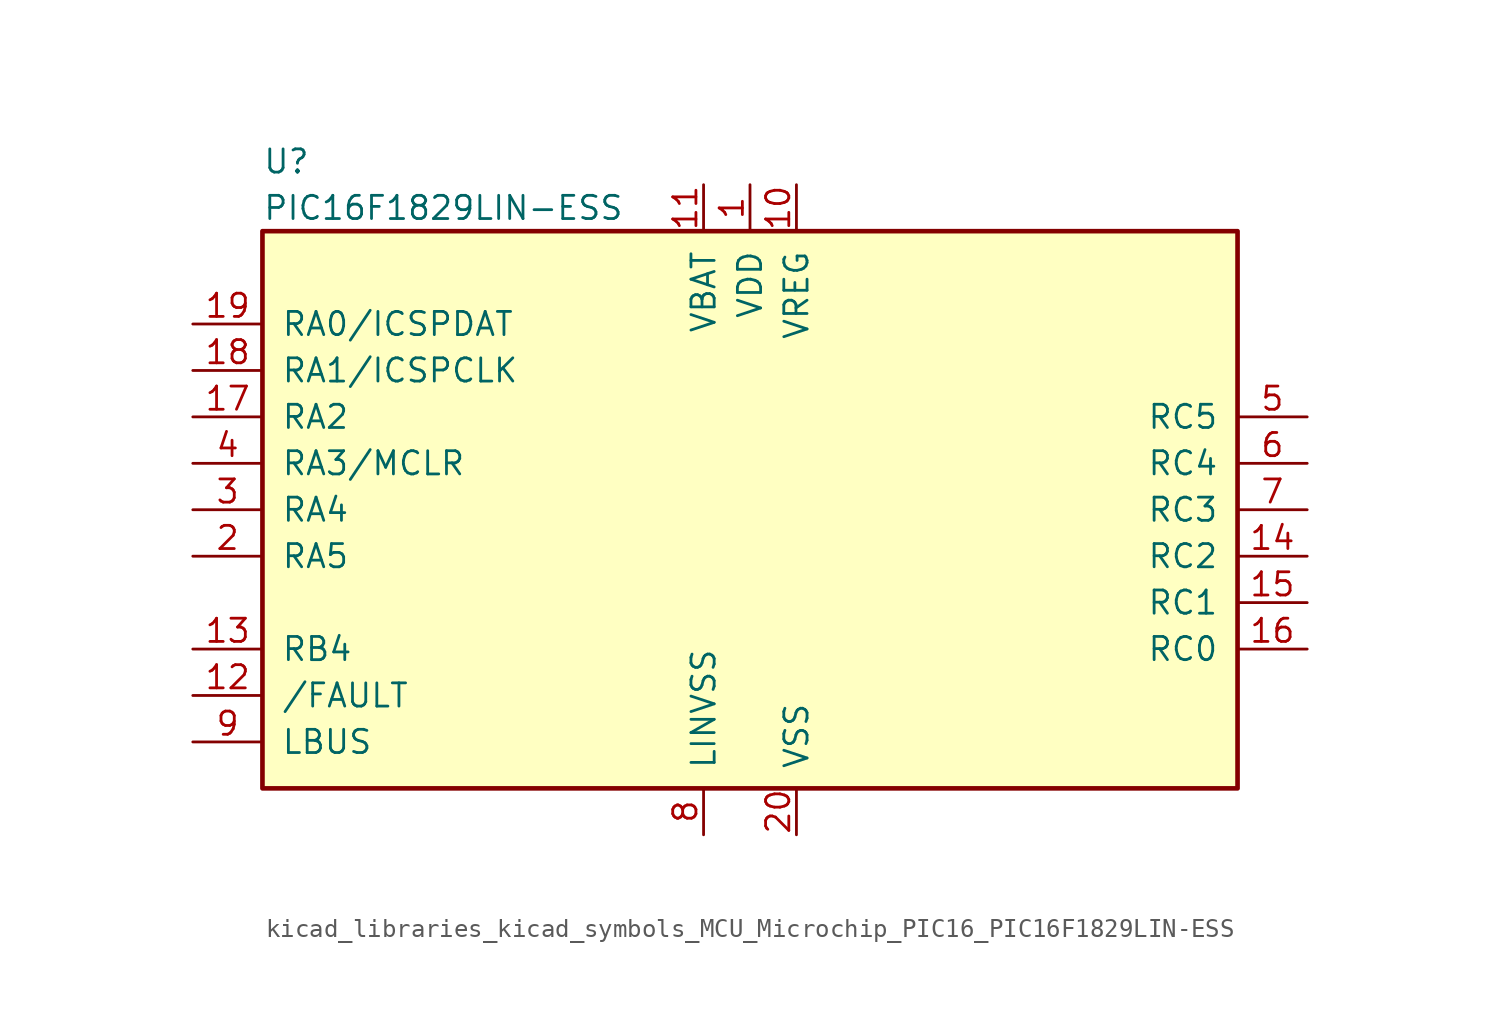
<source format=kicad_sym>
(kicad_symbol_lib
  (version 20220914)
  (generator kicad_symbol_editor)
  (symbol "kicad_libraries_kicad_symbols_MCU_Microchip_PIC16_PIC16F1829LIN-ESS"
    (pin_names
      (offset 1.016))
    (property "Reference" "U"
      (at -26.67 19.05 0)
      (effects (font (size 1.27 1.27)) (justify left)))
    (property "Value" "PIC16F1829LIN-ESS"
      (at -26.67 16.51 0)
      (effects (font (size 1.27 1.27)) (justify left)))
    (symbol "kicad_libraries_kicad_symbols_MCU_Microchip_PIC16_PIC16F1829LIN-ESS_0_1"
      (rectangle (start -26.67 15.24) (end 26.67 -15.24) (stroke (width 0.254) (type default)) (fill (type background))))
    (symbol "kicad_libraries_kicad_symbols_MCU_Microchip_PIC16_PIC16F1829LIN-ESS_1_1"
      (pin power_in line (at 0 17.78 270) (length 2.54) (name "VDD" (effects (font (size 1.27 1.27)))) (number "1" (effects (font (size 1.27 1.27)))))
      (pin power_out line (at 2.54 17.78 270) (length 2.54) (name "VREG" (effects (font (size 1.27 1.27)))) (number "10" (effects (font (size 1.27 1.27)))))
      (pin power_in line (at -2.54 17.78 270) (length 2.54) (name "VBAT" (effects (font (size 1.27 1.27)))) (number "11" (effects (font (size 1.27 1.27)))))
      (pin bidirectional line (at -30.48 -10.16 0) (length 3.81) (name "/FAULT" (effects (font (size 1.27 1.27)))) (number "12" (effects (font (size 1.27 1.27)))))
      (pin bidirectional line (at -30.48 -7.62 0) (length 3.81) (name "RB4" (effects (font (size 1.27 1.27)))) (number "13" (effects (font (size 1.27 1.27)))))
      (pin bidirectional line (at 30.48 -2.54 180) (length 3.81) (name "RC2" (effects (font (size 1.27 1.27)))) (number "14" (effects (font (size 1.27 1.27)))))
      (pin bidirectional line (at 30.48 -5.08 180) (length 3.81) (name "RC1" (effects (font (size 1.27 1.27)))) (number "15" (effects (font (size 1.27 1.27)))))
      (pin bidirectional line (at 30.48 -7.62 180) (length 3.81) (name "RC0" (effects (font (size 1.27 1.27)))) (number "16" (effects (font (size 1.27 1.27)))))
      (pin bidirectional line (at -30.48 5.08 0) (length 3.81) (name "RA2" (effects (font (size 1.27 1.27)))) (number "17" (effects (font (size 1.27 1.27)))))
      (pin bidirectional line (at -30.48 7.62 0) (length 3.81) (name "RA1/ICSPCLK" (effects (font (size 1.27 1.27)))) (number "18" (effects (font (size 1.27 1.27)))))
      (pin bidirectional line (at -30.48 10.16 0) (length 3.81) (name "RA0/ICSPDAT" (effects (font (size 1.27 1.27)))) (number "19" (effects (font (size 1.27 1.27)))))
      (pin bidirectional line (at -30.48 -2.54 0) (length 3.81) (name "RA5" (effects (font (size 1.27 1.27)))) (number "2" (effects (font (size 1.27 1.27)))))
      (pin power_in line (at 2.54 -17.78 90) (length 2.54) (name "VSS" (effects (font (size 1.27 1.27)))) (number "20" (effects (font (size 1.27 1.27)))))
      (pin bidirectional line (at -30.48 0 0) (length 3.81) (name "RA4" (effects (font (size 1.27 1.27)))) (number "3" (effects (font (size 1.27 1.27)))))
      (pin bidirectional line (at -30.48 2.54 0) (length 3.81) (name "RA3/MCLR" (effects (font (size 1.27 1.27)))) (number "4" (effects (font (size 1.27 1.27)))))
      (pin bidirectional line (at 30.48 5.08 180) (length 3.81) (name "RC5" (effects (font (size 1.27 1.27)))) (number "5" (effects (font (size 1.27 1.27)))))
      (pin bidirectional line (at 30.48 2.54 180) (length 3.81) (name "RC4" (effects (font (size 1.27 1.27)))) (number "6" (effects (font (size 1.27 1.27)))))
      (pin bidirectional line (at 30.48 0 180) (length 3.81) (name "RC3" (effects (font (size 1.27 1.27)))) (number "7" (effects (font (size 1.27 1.27)))))
      (pin power_in line (at -2.54 -17.78 90) (length 2.54) (name "LINVSS" (effects (font (size 1.27 1.27)))) (number "8" (effects (font (size 1.27 1.27)))))
      (pin bidirectional line (at -30.48 -12.7 0) (length 3.81) (name "LBUS" (effects (font (size 1.27 1.27)))) (number "9" (effects (font (size 1.27 1.27))))))))
</source>
